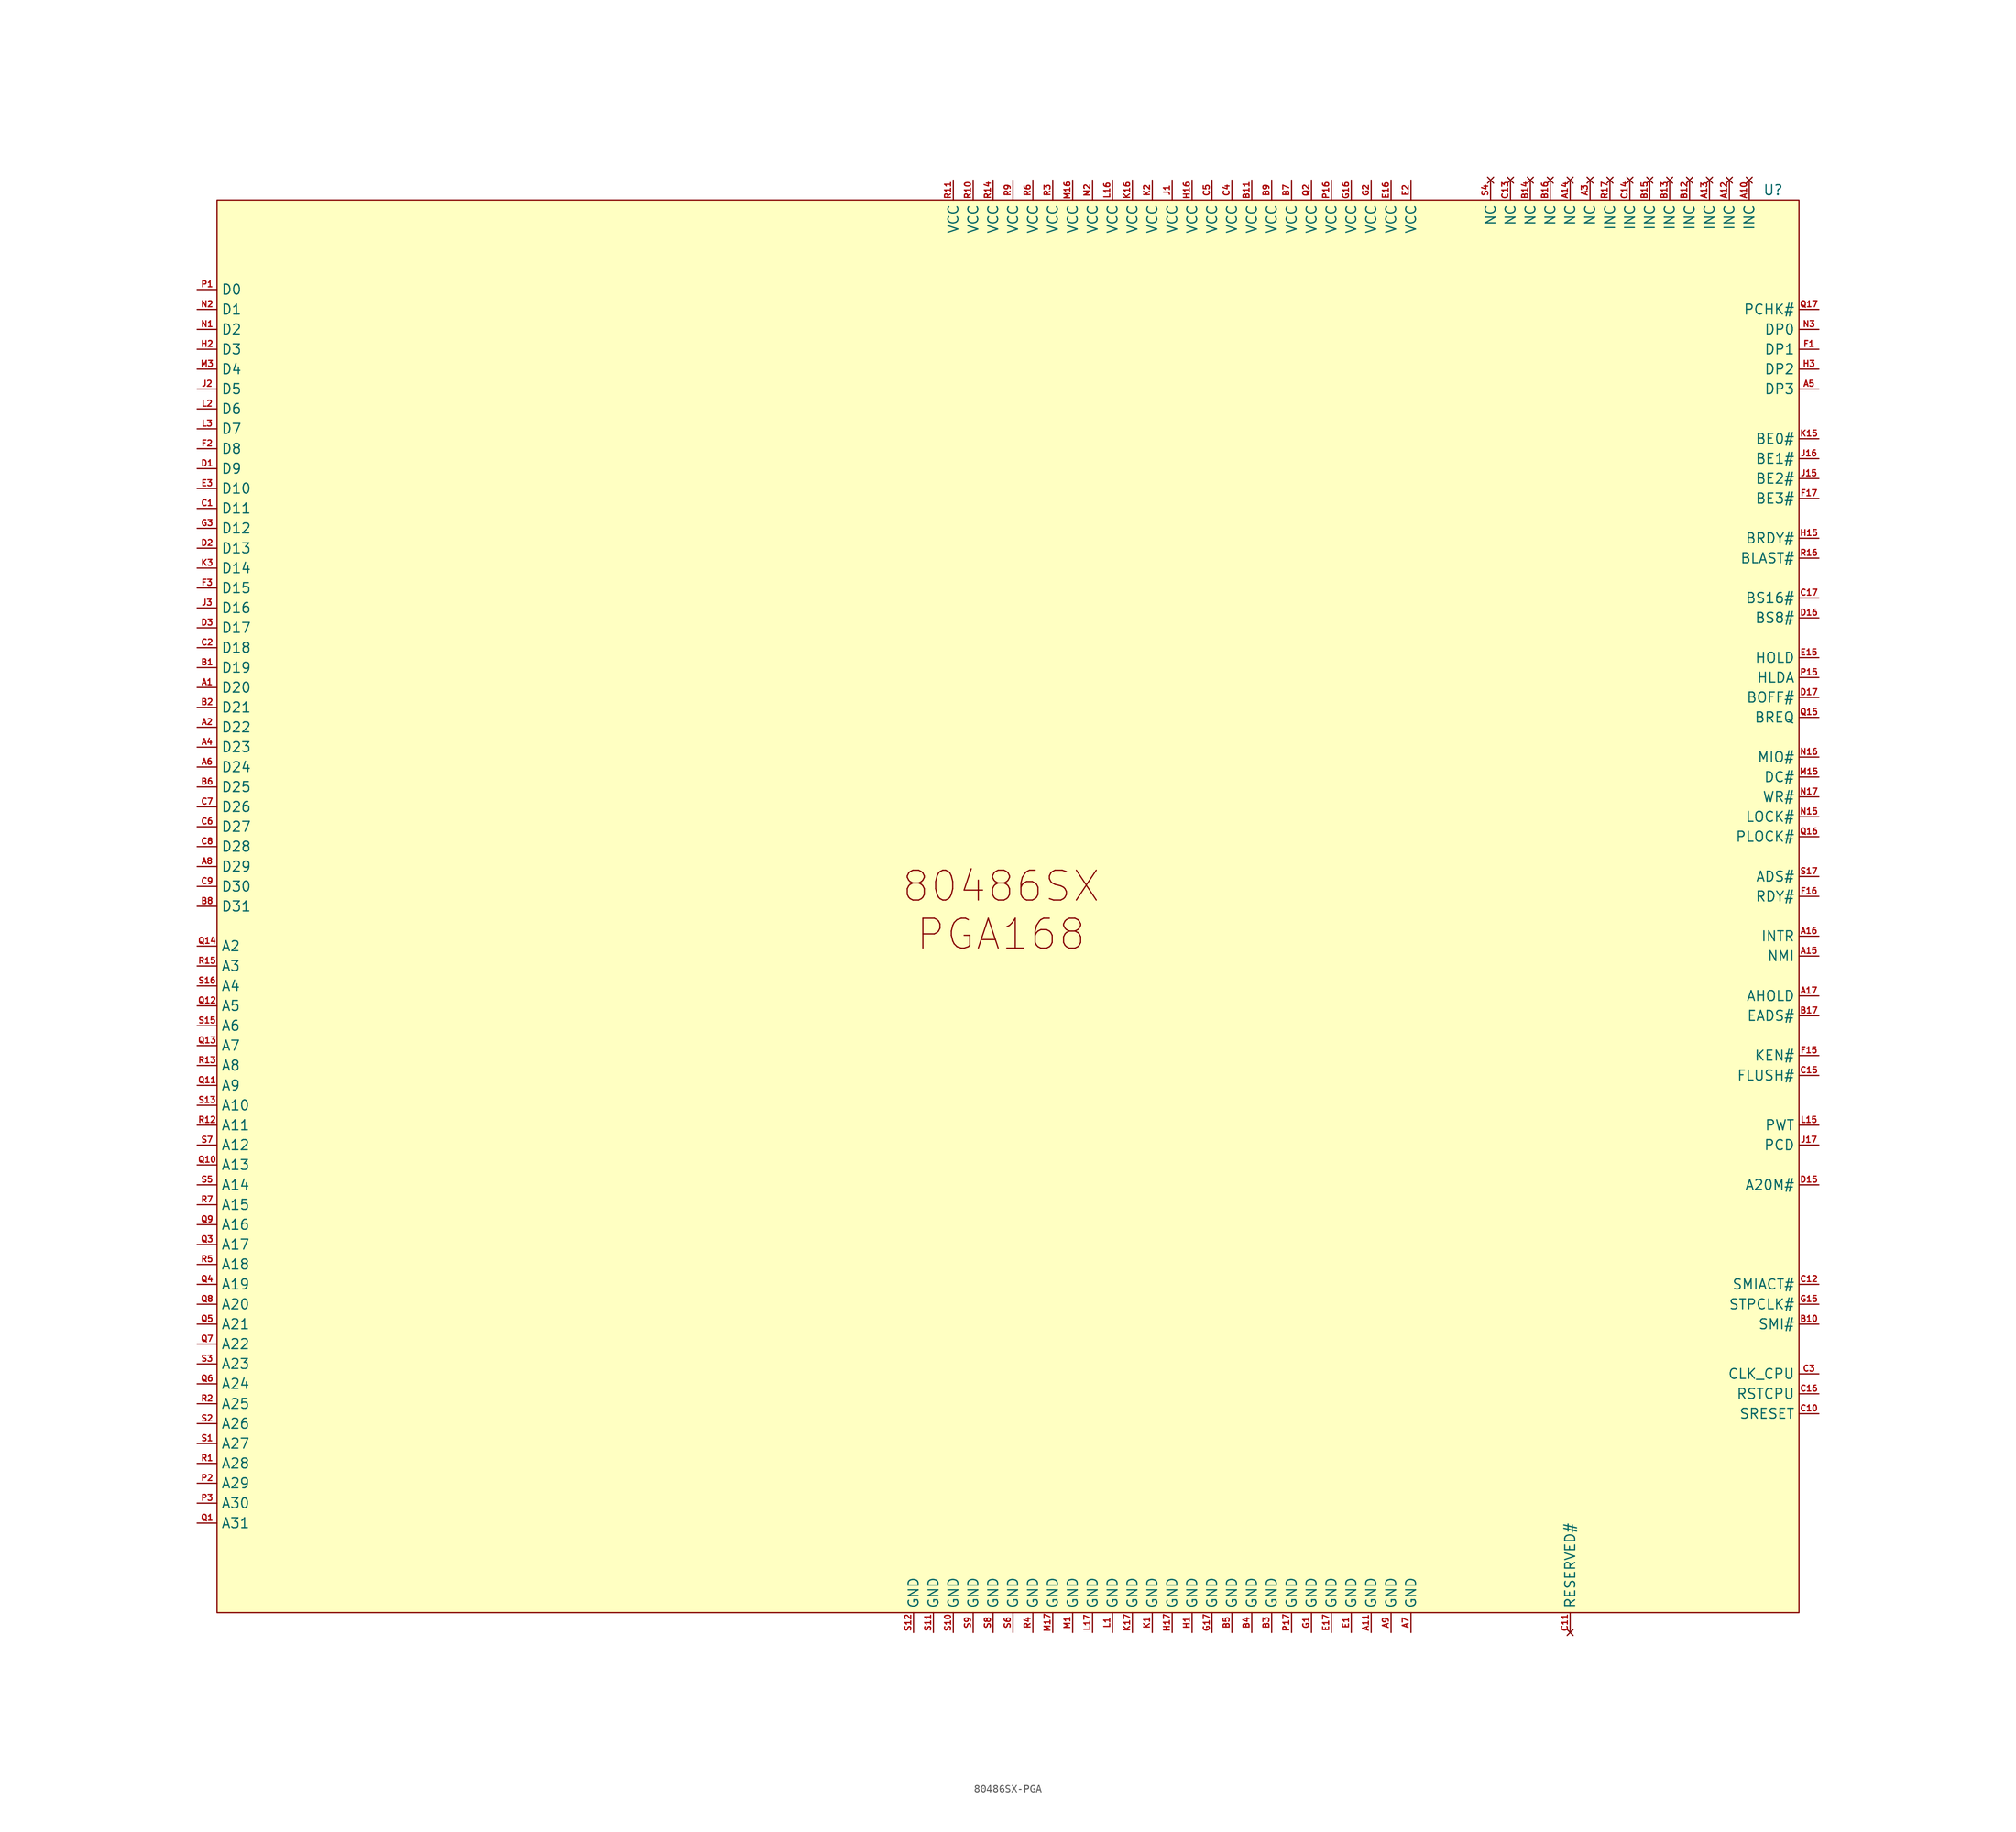
<source format=kicad_sym>
(kicad_symbol_lib
  (version 20241209)
  (generator "kicad_symbol_editor")
  (generator_version "9.0")
  (symbol "80486SX-PGA"
    (property "Reference" "U"
      (at 98.298 91.44 0)
      (effects (font (size 1.27 1.27))))
    (property "Value" ""
      (at 0 0 0)
      (effects (font (size 1.27 1.27))))
    (symbol "80486SX-PGA_1_1"
      (rectangle (start -100.33 90.17) (end 101.6 -90.17) (stroke (width 0) (type solid)) (fill (type color) (color 255 255 194 1)))
      (text "80486SX\nPGA168" (at -0.254 -0.508 0) (effects (font (size 3.81 3.81))))
      (pin bidirectional line (at -102.87 78.74 0) (length 2.54) (name "D0" (effects (font (size 1.27 1.27)))) (number "P1" (effects (font (size 0.762 0.762)))))
      (pin bidirectional line (at -102.87 76.2 0) (length 2.54) (name "D1" (effects (font (size 1.27 1.27)))) (number "N2" (effects (font (size 0.762 0.762)))))
      (pin bidirectional line (at -102.87 73.66 0) (length 2.54) (name "D2" (effects (font (size 1.27 1.27)))) (number "N1" (effects (font (size 0.762 0.762)))))
      (pin bidirectional line (at -102.87 71.12 0) (length 2.54) (name "D3" (effects (font (size 1.27 1.27)))) (number "H2" (effects (font (size 0.762 0.762)))))
      (pin bidirectional line (at -102.87 68.58 0) (length 2.54) (name "D4" (effects (font (size 1.27 1.27)))) (number "M3" (effects (font (size 0.762 0.762)))))
      (pin bidirectional line (at -102.87 66.04 0) (length 2.54) (name "D5" (effects (font (size 1.27 1.27)))) (number "J2" (effects (font (size 0.762 0.762)))))
      (pin bidirectional line (at -102.87 63.5 0) (length 2.54) (name "D6" (effects (font (size 1.27 1.27)))) (number "L2" (effects (font (size 0.762 0.762)))))
      (pin bidirectional line (at -102.87 60.96 0) (length 2.54) (name "D7" (effects (font (size 1.27 1.27)))) (number "L3" (effects (font (size 0.762 0.762)))))
      (pin bidirectional line (at -102.87 58.42 0) (length 2.54) (name "D8" (effects (font (size 1.27 1.27)))) (number "F2" (effects (font (size 0.762 0.762)))))
      (pin bidirectional line (at -102.87 55.88 0) (length 2.54) (name "D9" (effects (font (size 1.27 1.27)))) (number "D1" (effects (font (size 0.762 0.762)))))
      (pin bidirectional line (at -102.87 53.34 0) (length 2.54) (name "D10" (effects (font (size 1.27 1.27)))) (number "E3" (effects (font (size 0.762 0.762)))))
      (pin bidirectional line (at -102.87 50.8 0) (length 2.54) (name "D11" (effects (font (size 1.27 1.27)))) (number "C1" (effects (font (size 0.762 0.762)))))
      (pin bidirectional line (at -102.87 48.26 0) (length 2.54) (name "D12" (effects (font (size 1.27 1.27)))) (number "G3" (effects (font (size 0.762 0.762)))))
      (pin bidirectional line (at -102.87 45.72 0) (length 2.54) (name "D13" (effects (font (size 1.27 1.27)))) (number "D2" (effects (font (size 0.762 0.762)))))
      (pin bidirectional line (at -102.87 43.18 0) (length 2.54) (name "D14" (effects (font (size 1.27 1.27)))) (number "K3" (effects (font (size 0.762 0.762)))))
      (pin bidirectional line (at -102.87 40.64 0) (length 2.54) (name "D15" (effects (font (size 1.27 1.27)))) (number "F3" (effects (font (size 0.762 0.762)))))
      (pin bidirectional line (at -102.87 38.1 0) (length 2.54) (name "D16" (effects (font (size 1.27 1.27)))) (number "J3" (effects (font (size 0.762 0.762)))))
      (pin bidirectional line (at -102.87 35.56 0) (length 2.54) (name "D17" (effects (font (size 1.27 1.27)))) (number "D3" (effects (font (size 0.762 0.762)))))
      (pin bidirectional line (at -102.87 33.02 0) (length 2.54) (name "D18" (effects (font (size 1.27 1.27)))) (number "C2" (effects (font (size 0.762 0.762)))))
      (pin bidirectional line (at -102.87 30.48 0) (length 2.54) (name "D19" (effects (font (size 1.27 1.27)))) (number "B1" (effects (font (size 0.762 0.762)))))
      (pin bidirectional line (at -102.87 27.94 0) (length 2.54) (name "D20" (effects (font (size 1.27 1.27)))) (number "A1" (effects (font (size 0.762 0.762)))))
      (pin bidirectional line (at -102.87 25.4 0) (length 2.54) (name "D21" (effects (font (size 1.27 1.27)))) (number "B2" (effects (font (size 0.762 0.762)))))
      (pin bidirectional line (at -102.87 22.86 0) (length 2.54) (name "D22" (effects (font (size 1.27 1.27)))) (number "A2" (effects (font (size 0.762 0.762)))))
      (pin bidirectional line (at -102.87 20.32 0) (length 2.54) (name "D23" (effects (font (size 1.27 1.27)))) (number "A4" (effects (font (size 0.762 0.762)))))
      (pin bidirectional line (at -102.87 17.78 0) (length 2.54) (name "D24" (effects (font (size 1.27 1.27)))) (number "A6" (effects (font (size 0.762 0.762)))))
      (pin bidirectional line (at -102.87 15.24 0) (length 2.54) (name "D25" (effects (font (size 1.27 1.27)))) (number "B6" (effects (font (size 0.762 0.762)))))
      (pin bidirectional line (at -102.87 12.7 0) (length 2.54) (name "D26" (effects (font (size 1.27 1.27)))) (number "C7" (effects (font (size 0.762 0.762)))))
      (pin bidirectional line (at -102.87 10.16 0) (length 2.54) (name "D27" (effects (font (size 1.27 1.27)))) (number "C6" (effects (font (size 0.762 0.762)))))
      (pin bidirectional line (at -102.87 7.62 0) (length 2.54) (name "D28" (effects (font (size 1.27 1.27)))) (number "C8" (effects (font (size 0.762 0.762)))))
      (pin bidirectional line (at -102.87 5.08 0) (length 2.54) (name "D29" (effects (font (size 1.27 1.27)))) (number "A8" (effects (font (size 0.762 0.762)))))
      (pin bidirectional line (at -102.87 2.54 0) (length 2.54) (name "D30" (effects (font (size 1.27 1.27)))) (number "C9" (effects (font (size 0.762 0.762)))))
      (pin bidirectional line (at -102.87 0 0) (length 2.54) (name "D31" (effects (font (size 1.27 1.27)))) (number "B8" (effects (font (size 0.762 0.762)))))
      (pin bidirectional line (at -102.87 -5.08 0) (length 2.54) (name "A2" (effects (font (size 1.27 1.27)))) (number "Q14" (effects (font (size 0.762 0.762)))))
      (pin bidirectional line (at -102.87 -7.62 0) (length 2.54) (name "A3" (effects (font (size 1.27 1.27)))) (number "R15" (effects (font (size 0.762 0.762)))))
      (pin bidirectional line (at -102.87 -10.16 0) (length 2.54) (name "A4" (effects (font (size 1.27 1.27)))) (number "S16" (effects (font (size 0.762 0.762)))))
      (pin bidirectional line (at -102.87 -12.7 0) (length 2.54) (name "A5" (effects (font (size 1.27 1.27)))) (number "Q12" (effects (font (size 0.762 0.762)))))
      (pin bidirectional line (at -102.87 -15.24 0) (length 2.54) (name "A6" (effects (font (size 1.27 1.27)))) (number "S15" (effects (font (size 0.762 0.762)))))
      (pin bidirectional line (at -102.87 -17.78 0) (length 2.54) (name "A7" (effects (font (size 1.27 1.27)))) (number "Q13" (effects (font (size 0.762 0.762)))))
      (pin bidirectional line (at -102.87 -20.32 0) (length 2.54) (name "A8" (effects (font (size 1.27 1.27)))) (number "R13" (effects (font (size 0.762 0.762)))))
      (pin bidirectional line (at -102.87 -22.86 0) (length 2.54) (name "A9" (effects (font (size 1.27 1.27)))) (number "Q11" (effects (font (size 0.762 0.762)))))
      (pin bidirectional line (at -102.87 -25.4 0) (length 2.54) (name "A10" (effects (font (size 1.27 1.27)))) (number "S13" (effects (font (size 0.762 0.762)))))
      (pin bidirectional line (at -102.87 -27.94 0) (length 2.54) (name "A11" (effects (font (size 1.27 1.27)))) (number "R12" (effects (font (size 0.762 0.762)))))
      (pin bidirectional line (at -102.87 -30.48 0) (length 2.54) (name "A12" (effects (font (size 1.27 1.27)))) (number "S7" (effects (font (size 0.762 0.762)))))
      (pin bidirectional line (at -102.87 -33.02 0) (length 2.54) (name "A13" (effects (font (size 1.27 1.27)))) (number "Q10" (effects (font (size 0.762 0.762)))))
      (pin bidirectional line (at -102.87 -35.56 0) (length 2.54) (name "A14" (effects (font (size 1.27 1.27)))) (number "S5" (effects (font (size 0.762 0.762)))))
      (pin bidirectional line (at -102.87 -38.1 0) (length 2.54) (name "A15" (effects (font (size 1.27 1.27)))) (number "R7" (effects (font (size 0.762 0.762)))))
      (pin bidirectional line (at -102.87 -40.64 0) (length 2.54) (name "A16" (effects (font (size 1.27 1.27)))) (number "Q9" (effects (font (size 0.762 0.762)))))
      (pin bidirectional line (at -102.87 -43.18 0) (length 2.54) (name "A17" (effects (font (size 1.27 1.27)))) (number "Q3" (effects (font (size 0.762 0.762)))))
      (pin bidirectional line (at -102.87 -45.72 0) (length 2.54) (name "A18" (effects (font (size 1.27 1.27)))) (number "R5" (effects (font (size 0.762 0.762)))))
      (pin bidirectional line (at -102.87 -48.26 0) (length 2.54) (name "A19" (effects (font (size 1.27 1.27)))) (number "Q4" (effects (font (size 0.762 0.762)))))
      (pin bidirectional line (at -102.87 -50.8 0) (length 2.54) (name "A20" (effects (font (size 1.27 1.27)))) (number "Q8" (effects (font (size 0.762 0.762)))))
      (pin bidirectional line (at -102.87 -53.34 0) (length 2.54) (name "A21" (effects (font (size 1.27 1.27)))) (number "Q5" (effects (font (size 0.762 0.762)))))
      (pin bidirectional line (at -102.87 -55.88 0) (length 2.54) (name "A22" (effects (font (size 1.27 1.27)))) (number "Q7" (effects (font (size 0.762 0.762)))))
      (pin bidirectional line (at -102.87 -58.42 0) (length 2.54) (name "A23" (effects (font (size 1.27 1.27)))) (number "S3" (effects (font (size 0.762 0.762)))))
      (pin bidirectional line (at -102.87 -60.96 0) (length 2.54) (name "A24" (effects (font (size 1.27 1.27)))) (number "Q6" (effects (font (size 0.762 0.762)))))
      (pin bidirectional line (at -102.87 -63.5 0) (length 2.54) (name "A25" (effects (font (size 1.27 1.27)))) (number "R2" (effects (font (size 0.762 0.762)))))
      (pin bidirectional line (at -102.87 -66.04 0) (length 2.54) (name "A26" (effects (font (size 1.27 1.27)))) (number "S2" (effects (font (size 0.762 0.762)))))
      (pin bidirectional line (at -102.87 -68.58 0) (length 2.54) (name "A27" (effects (font (size 1.27 1.27)))) (number "S1" (effects (font (size 0.762 0.762)))))
      (pin bidirectional line (at -102.87 -71.12 0) (length 2.54) (name "A28" (effects (font (size 1.27 1.27)))) (number "R1" (effects (font (size 0.762 0.762)))))
      (pin bidirectional line (at -102.87 -73.66 0) (length 2.54) (name "A29" (effects (font (size 1.27 1.27)))) (number "P2" (effects (font (size 0.762 0.762)))))
      (pin bidirectional line (at -102.87 -76.2 0) (length 2.54) (name "A30" (effects (font (size 1.27 1.27)))) (number "P3" (effects (font (size 0.762 0.762)))))
      (pin bidirectional line (at -102.87 -78.74 0) (length 2.54) (name "A31" (effects (font (size 1.27 1.27)))) (number "Q1" (effects (font (size 0.762 0.762)))))
      (pin power_in line (at -11.43 -92.71 90) (length 2.54) (name "GND" (effects (font (size 1.27 1.27)))) (number "S12" (effects (font (size 0.762 0.762)))))
      (pin power_in line (at -8.89 -92.71 90) (length 2.54) (name "GND" (effects (font (size 1.27 1.27)))) (number "S11" (effects (font (size 0.762 0.762)))))
      (pin power_in line (at -6.35 92.71 270) (length 2.54) (name "VCC" (effects (font (size 1.27 1.27)))) (number "R11" (effects (font (size 0.762 0.762)))))
      (pin power_in line (at -6.35 -92.71 90) (length 2.54) (name "GND" (effects (font (size 1.27 1.27)))) (number "S10" (effects (font (size 0.762 0.762)))))
      (pin power_in line (at -3.81 92.71 270) (length 2.54) (name "VCC" (effects (font (size 1.27 1.27)))) (number "R10" (effects (font (size 0.762 0.762)))))
      (pin power_in line (at -3.81 -92.71 90) (length 2.54) (name "GND" (effects (font (size 1.27 1.27)))) (number "S9" (effects (font (size 0.762 0.762)))))
      (pin power_in line (at -1.27 92.71 270) (length 2.54) (name "VCC" (effects (font (size 1.27 1.27)))) (number "R14" (effects (font (size 0.762 0.762)))))
      (pin power_in line (at -1.27 -92.71 90) (length 2.54) (name "GND" (effects (font (size 1.27 1.27)))) (number "S8" (effects (font (size 0.762 0.762)))))
      (pin power_in line (at 1.27 92.71 270) (length 2.54) (name "VCC" (effects (font (size 1.27 1.27)))) (number "R9" (effects (font (size 0.762 0.762)))))
      (pin power_in line (at 1.27 -92.71 90) (length 2.54) (name "GND" (effects (font (size 1.27 1.27)))) (number "S6" (effects (font (size 0.762 0.762)))))
      (pin power_in line (at 3.81 92.71 270) (length 2.54) (name "VCC" (effects (font (size 1.27 1.27)))) (number "R6" (effects (font (size 0.762 0.762)))))
      (pin power_in line (at 3.81 -92.71 90) (length 2.54) (name "GND" (effects (font (size 1.27 1.27)))) (number "R4" (effects (font (size 0.762 0.762)))))
      (pin power_in line (at 6.35 92.71 270) (length 2.54) (name "VCC" (effects (font (size 1.27 1.27)))) (number "R3" (effects (font (size 0.762 0.762)))))
      (pin power_in line (at 6.35 -92.71 90) (length 2.54) (name "GND" (effects (font (size 1.27 1.27)))) (number "M17" (effects (font (size 0.762 0.762)))))
      (pin power_in line (at 8.89 92.71 270) (length 2.54) (name "VCC" (effects (font (size 1.27 1.27)))) (number "M16" (effects (font (size 0.762 0.762)))))
      (pin power_in line (at 8.89 -92.71 90) (length 2.54) (name "GND" (effects (font (size 1.27 1.27)))) (number "M1" (effects (font (size 0.762 0.762)))))
      (pin power_in line (at 11.43 92.71 270) (length 2.54) (name "VCC" (effects (font (size 1.27 1.27)))) (number "M2" (effects (font (size 0.762 0.762)))))
      (pin power_in line (at 11.43 -92.71 90) (length 2.54) (name "GND" (effects (font (size 1.27 1.27)))) (number "L17" (effects (font (size 0.762 0.762)))))
      (pin power_in line (at 13.97 92.71 270) (length 2.54) (name "VCC" (effects (font (size 1.27 1.27)))) (number "L16" (effects (font (size 0.762 0.762)))))
      (pin power_in line (at 13.97 -92.71 90) (length 2.54) (name "GND" (effects (font (size 1.27 1.27)))) (number "L1" (effects (font (size 0.762 0.762)))))
      (pin power_in line (at 16.51 92.71 270) (length 2.54) (name "VCC" (effects (font (size 1.27 1.27)))) (number "K16" (effects (font (size 0.762 0.762)))))
      (pin power_in line (at 16.51 -92.71 90) (length 2.54) (name "GND" (effects (font (size 1.27 1.27)))) (number "K17" (effects (font (size 0.762 0.762)))))
      (pin power_in line (at 19.05 92.71 270) (length 2.54) (name "VCC" (effects (font (size 1.27 1.27)))) (number "K2" (effects (font (size 0.762 0.762)))))
      (pin power_in line (at 19.05 -92.71 90) (length 2.54) (name "GND" (effects (font (size 1.27 1.27)))) (number "K1" (effects (font (size 0.762 0.762)))))
      (pin power_in line (at 21.59 92.71 270) (length 2.54) (name "VCC" (effects (font (size 1.27 1.27)))) (number "J1" (effects (font (size 0.762 0.762)))))
      (pin power_in line (at 21.59 -92.71 90) (length 2.54) (name "GND" (effects (font (size 1.27 1.27)))) (number "H17" (effects (font (size 0.762 0.762)))))
      (pin power_in line (at 24.13 92.71 270) (length 2.54) (name "VCC" (effects (font (size 1.27 1.27)))) (number "H16" (effects (font (size 0.762 0.762)))))
      (pin power_in line (at 24.13 -92.71 90) (length 2.54) (name "GND" (effects (font (size 1.27 1.27)))) (number "H1" (effects (font (size 0.762 0.762)))))
      (pin power_in line (at 26.67 92.71 270) (length 2.54) (name "VCC" (effects (font (size 1.27 1.27)))) (number "C5" (effects (font (size 0.762 0.762)))))
      (pin power_in line (at 26.67 -92.71 90) (length 2.54) (name "GND" (effects (font (size 1.27 1.27)))) (number "G17" (effects (font (size 0.762 0.762)))))
      (pin power_in line (at 29.21 92.71 270) (length 2.54) (name "VCC" (effects (font (size 1.27 1.27)))) (number "C4" (effects (font (size 0.762 0.762)))))
      (pin power_in line (at 29.21 -92.71 90) (length 2.54) (name "GND" (effects (font (size 1.27 1.27)))) (number "B5" (effects (font (size 0.762 0.762)))))
      (pin power_in line (at 31.75 92.71 270) (length 2.54) (name "VCC" (effects (font (size 1.27 1.27)))) (number "B11" (effects (font (size 0.762 0.762)))))
      (pin power_in line (at 31.75 -92.71 90) (length 2.54) (name "GND" (effects (font (size 1.27 1.27)))) (number "B4" (effects (font (size 0.762 0.762)))))
      (pin power_in line (at 34.29 92.71 270) (length 2.54) (name "VCC" (effects (font (size 1.27 1.27)))) (number "B9" (effects (font (size 0.762 0.762)))))
      (pin power_in line (at 34.29 -92.71 90) (length 2.54) (name "GND" (effects (font (size 1.27 1.27)))) (number "B3" (effects (font (size 0.762 0.762)))))
      (pin power_in line (at 36.83 92.71 270) (length 2.54) (name "VCC" (effects (font (size 1.27 1.27)))) (number "B7" (effects (font (size 0.762 0.762)))))
      (pin power_in line (at 36.83 -92.71 90) (length 2.54) (name "GND" (effects (font (size 1.27 1.27)))) (number "P17" (effects (font (size 0.762 0.762)))))
      (pin power_in line (at 39.37 92.71 270) (length 2.54) (name "VCC" (effects (font (size 1.27 1.27)))) (number "Q2" (effects (font (size 0.762 0.762)))))
      (pin power_in line (at 39.37 -92.71 90) (length 2.54) (name "GND" (effects (font (size 1.27 1.27)))) (number "G1" (effects (font (size 0.762 0.762)))))
      (pin power_in line (at 41.91 92.71 270) (length 2.54) (name "VCC" (effects (font (size 1.27 1.27)))) (number "P16" (effects (font (size 0.762 0.762)))))
      (pin power_in line (at 41.91 -92.71 90) (length 2.54) (name "GND" (effects (font (size 1.27 1.27)))) (number "E17" (effects (font (size 0.762 0.762)))))
      (pin power_in line (at 44.45 92.71 270) (length 2.54) (name "VCC" (effects (font (size 1.27 1.27)))) (number "G16" (effects (font (size 0.762 0.762)))))
      (pin power_in line (at 44.45 -92.71 90) (length 2.54) (name "GND" (effects (font (size 1.27 1.27)))) (number "E1" (effects (font (size 0.762 0.762)))))
      (pin power_in line (at 46.99 92.71 270) (length 2.54) (name "VCC" (effects (font (size 1.27 1.27)))) (number "G2" (effects (font (size 0.762 0.762)))))
      (pin power_in line (at 46.99 -92.71 90) (length 2.54) (name "GND" (effects (font (size 1.27 1.27)))) (number "A11" (effects (font (size 0.762 0.762)))))
      (pin power_in line (at 49.53 92.71 270) (length 2.54) (name "VCC" (effects (font (size 1.27 1.27)))) (number "E16" (effects (font (size 0.762 0.762)))))
      (pin power_in line (at 49.53 -92.71 90) (length 2.54) (name "GND" (effects (font (size 1.27 1.27)))) (number "A9" (effects (font (size 0.762 0.762)))))
      (pin power_in line (at 52.07 92.71 270) (length 2.54) (name "VCC" (effects (font (size 1.27 1.27)))) (number "E2" (effects (font (size 0.762 0.762)))))
      (pin power_in line (at 52.07 -92.71 90) (length 2.54) (name "GND" (effects (font (size 1.27 1.27)))) (number "A7" (effects (font (size 0.762 0.762)))))
      (pin no_connect line (at 62.23 92.71 270) (length 2.54) (name "NC" (effects (font (size 1.27 1.27)))) (number "S4" (effects (font (size 0.762 0.762)))))
      (pin no_connect line (at 64.77 92.71 270) (length 2.54) (name "NC" (effects (font (size 1.27 1.27)))) (number "C13" (effects (font (size 0.762 0.762)))))
      (pin no_connect line (at 67.31 92.71 270) (length 2.54) (name "NC" (effects (font (size 1.27 1.27)))) (number "B14" (effects (font (size 0.762 0.762)))))
      (pin no_connect line (at 69.85 92.71 270) (length 2.54) (name "NC" (effects (font (size 1.27 1.27)))) (number "B16" (effects (font (size 0.762 0.762)))))
      (pin no_connect line (at 72.39 92.71 270) (length 2.54) (name "NC" (effects (font (size 1.27 1.27)))) (number "A14" (effects (font (size 0.762 0.762)))))
      (pin no_connect line (at 72.39 -92.71 90) (length 2.54) (name "RESERVED#" (effects (font (size 1.27 1.27)))) (number "C11" (effects (font (size 0.762 0.762)))))
      (pin no_connect line (at 74.93 92.71 270) (length 2.54) (name "NC" (effects (font (size 1.27 1.27)))) (number "A3" (effects (font (size 0.762 0.762)))))
      (pin no_connect line (at 77.47 92.71 270) (length 2.54) (name "INC" (effects (font (size 1.27 1.27)))) (number "R17" (effects (font (size 0.762 0.762)))))
      (pin no_connect line (at 80.01 92.71 270) (length 2.54) (name "INC" (effects (font (size 1.27 1.27)))) (number "C14" (effects (font (size 0.762 0.762)))))
      (pin no_connect line (at 82.55 92.71 270) (length 2.54) (name "INC" (effects (font (size 1.27 1.27)))) (number "B15" (effects (font (size 0.762 0.762)))))
      (pin no_connect line (at 85.09 92.71 270) (length 2.54) (name "INC" (effects (font (size 1.27 1.27)))) (number "B13" (effects (font (size 0.762 0.762)))))
      (pin no_connect line (at 87.63 92.71 270) (length 2.54) (name "INC" (effects (font (size 1.27 1.27)))) (number "B12" (effects (font (size 0.762 0.762)))))
      (pin no_connect line (at 90.17 92.71 270) (length 2.54) (name "INC" (effects (font (size 1.27 1.27)))) (number "A13" (effects (font (size 0.762 0.762)))))
      (pin no_connect line (at 92.71 92.71 270) (length 2.54) (name "INC" (effects (font (size 1.27 1.27)))) (number "A12" (effects (font (size 0.762 0.762)))))
      (pin no_connect line (at 95.25 92.71 270) (length 2.54) (name "INC" (effects (font (size 1.27 1.27)))) (number "A10" (effects (font (size 0.762 0.762)))))
      (pin output line (at 104.14 76.2 180) (length 2.54) (name "PCHK#" (effects (font (size 1.27 1.27)))) (number "Q17" (effects (font (size 0.762 0.762)))))
      (pin bidirectional line (at 104.14 73.66 180) (length 2.54) (name "DP0" (effects (font (size 1.27 1.27)))) (number "N3" (effects (font (size 0.762 0.762)))))
      (pin bidirectional line (at 104.14 71.12 180) (length 2.54) (name "DP1" (effects (font (size 1.27 1.27)))) (number "F1" (effects (font (size 0.762 0.762)))))
      (pin bidirectional line (at 104.14 68.58 180) (length 2.54) (name "DP2" (effects (font (size 1.27 1.27)))) (number "H3" (effects (font (size 0.762 0.762)))))
      (pin bidirectional line (at 104.14 66.04 180) (length 2.54) (name "DP3" (effects (font (size 1.27 1.27)))) (number "A5" (effects (font (size 0.762 0.762)))))
      (pin output line (at 104.14 59.69 180) (length 2.54) (name "BE0#" (effects (font (size 1.27 1.27)))) (number "K15" (effects (font (size 0.762 0.762)))))
      (pin output line (at 104.14 57.15 180) (length 2.54) (name "BE1#" (effects (font (size 1.27 1.27)))) (number "J16" (effects (font (size 0.762 0.762)))))
      (pin output line (at 104.14 54.61 180) (length 2.54) (name "BE2#" (effects (font (size 1.27 1.27)))) (number "J15" (effects (font (size 0.762 0.762)))))
      (pin output line (at 104.14 52.07 180) (length 2.54) (name "BE3#" (effects (font (size 1.27 1.27)))) (number "F17" (effects (font (size 0.762 0.762)))))
      (pin input line (at 104.14 46.99 180) (length 2.54) (name "BRDY#" (effects (font (size 1.27 1.27)))) (number "H15" (effects (font (size 0.762 0.762)))))
      (pin output line (at 104.14 44.45 180) (length 2.54) (name "BLAST#" (effects (font (size 1.27 1.27)))) (number "R16" (effects (font (size 0.762 0.762)))))
      (pin input line (at 104.14 39.37 180) (length 2.54) (name "BS16#" (effects (font (size 1.27 1.27)))) (number "C17" (effects (font (size 0.762 0.762)))))
      (pin input line (at 104.14 36.83 180) (length 2.54) (name "BS8#" (effects (font (size 1.27 1.27)))) (number "D16" (effects (font (size 0.762 0.762)))))
      (pin input line (at 104.14 31.75 180) (length 2.54) (name "HOLD" (effects (font (size 1.27 1.27)))) (number "E15" (effects (font (size 0.762 0.762)))))
      (pin output line (at 104.14 29.21 180) (length 2.54) (name "HLDA" (effects (font (size 1.27 1.27)))) (number "P15" (effects (font (size 0.762 0.762)))))
      (pin input line (at 104.14 26.67 180) (length 2.54) (name "BOFF#" (effects (font (size 1.27 1.27)))) (number "D17" (effects (font (size 0.762 0.762)))))
      (pin output line (at 104.14 24.13 180) (length 2.54) (name "BREQ" (effects (font (size 1.27 1.27)))) (number "Q15" (effects (font (size 0.762 0.762)))))
      (pin output line (at 104.14 19.05 180) (length 2.54) (name "MIO#" (effects (font (size 1.27 1.27)))) (number "N16" (effects (font (size 0.762 0.762)))))
      (pin output line (at 104.14 16.51 180) (length 2.54) (name "DC#" (effects (font (size 1.27 1.27)))) (number "M15" (effects (font (size 0.762 0.762)))))
      (pin output line (at 104.14 13.97 180) (length 2.54) (name "WR#" (effects (font (size 1.27 1.27)))) (number "N17" (effects (font (size 0.762 0.762)))))
      (pin output line (at 104.14 11.43 180) (length 2.54) (name "LOCK#" (effects (font (size 1.27 1.27)))) (number "N15" (effects (font (size 0.762 0.762)))))
      (pin output line (at 104.14 8.89 180) (length 2.54) (name "PLOCK#" (effects (font (size 1.27 1.27)))) (number "Q16" (effects (font (size 0.762 0.762)))))
      (pin output line (at 104.14 3.81 180) (length 2.54) (name "ADS#" (effects (font (size 1.27 1.27)))) (number "S17" (effects (font (size 0.762 0.762)))))
      (pin input line (at 104.14 1.27 180) (length 2.54) (name "RDY#" (effects (font (size 1.27 1.27)))) (number "F16" (effects (font (size 0.762 0.762)))))
      (pin input line (at 104.14 -3.81 180) (length 2.54) (name "INTR" (effects (font (size 1.27 1.27)))) (number "A16" (effects (font (size 0.762 0.762)))))
      (pin input line (at 104.14 -6.35 180) (length 2.54) (name "NMI" (effects (font (size 1.27 1.27)))) (number "A15" (effects (font (size 0.762 0.762)))))
      (pin input line (at 104.14 -11.43 180) (length 2.54) (name "AHOLD" (effects (font (size 1.27 1.27)))) (number "A17" (effects (font (size 0.762 0.762)))))
      (pin input line (at 104.14 -13.97 180) (length 2.54) (name "EADS#" (effects (font (size 1.27 1.27)))) (number "B17" (effects (font (size 0.762 0.762)))))
      (pin input line (at 104.14 -19.05 180) (length 2.54) (name "KEN#" (effects (font (size 1.27 1.27)))) (number "F15" (effects (font (size 0.762 0.762)))))
      (pin input line (at 104.14 -21.59 180) (length 2.54) (name "FLUSH#" (effects (font (size 1.27 1.27)))) (number "C15" (effects (font (size 0.762 0.762)))))
      (pin output line (at 104.14 -27.94 180) (length 2.54) (name "PWT" (effects (font (size 1.27 1.27)))) (number "L15" (effects (font (size 0.762 0.762)))))
      (pin output line (at 104.14 -30.48 180) (length 2.54) (name "PCD" (effects (font (size 1.27 1.27)))) (number "J17" (effects (font (size 0.762 0.762)))))
      (pin input line (at 104.14 -35.56 180) (length 2.54) (name "A20M#" (effects (font (size 1.27 1.27)))) (number "D15" (effects (font (size 0.762 0.762)))))
      (pin output line (at 104.14 -48.26 180) (length 2.54) (name "SMIACT#" (effects (font (size 1.27 1.27)))) (number "C12" (effects (font (size 0.762 0.762)))))
      (pin input line (at 104.14 -50.8 180) (length 2.54) (name "STPCLK#" (effects (font (size 1.27 1.27)))) (number "G15" (effects (font (size 0.762 0.762)))))
      (pin input line (at 104.14 -53.34 180) (length 2.54) (name "SMI#" (effects (font (size 1.27 1.27)))) (number "B10" (effects (font (size 0.762 0.762)))))
      (pin input line (at 104.14 -59.69 180) (length 2.54) (name "CLK_CPU" (effects (font (size 1.27 1.27)))) (number "C3" (effects (font (size 0.762 0.762)))))
      (pin input line (at 104.14 -62.23 180) (length 2.54) (name "RSTCPU" (effects (font (size 1.27 1.27)))) (number "C16" (effects (font (size 0.762 0.762)))))
      (pin input line (at 104.14 -64.77 180) (length 2.54) (name "SRESET" (effects (font (size 1.27 1.27)))) (number "C10" (effects (font (size 0.762 0.762))))))))
</source>
